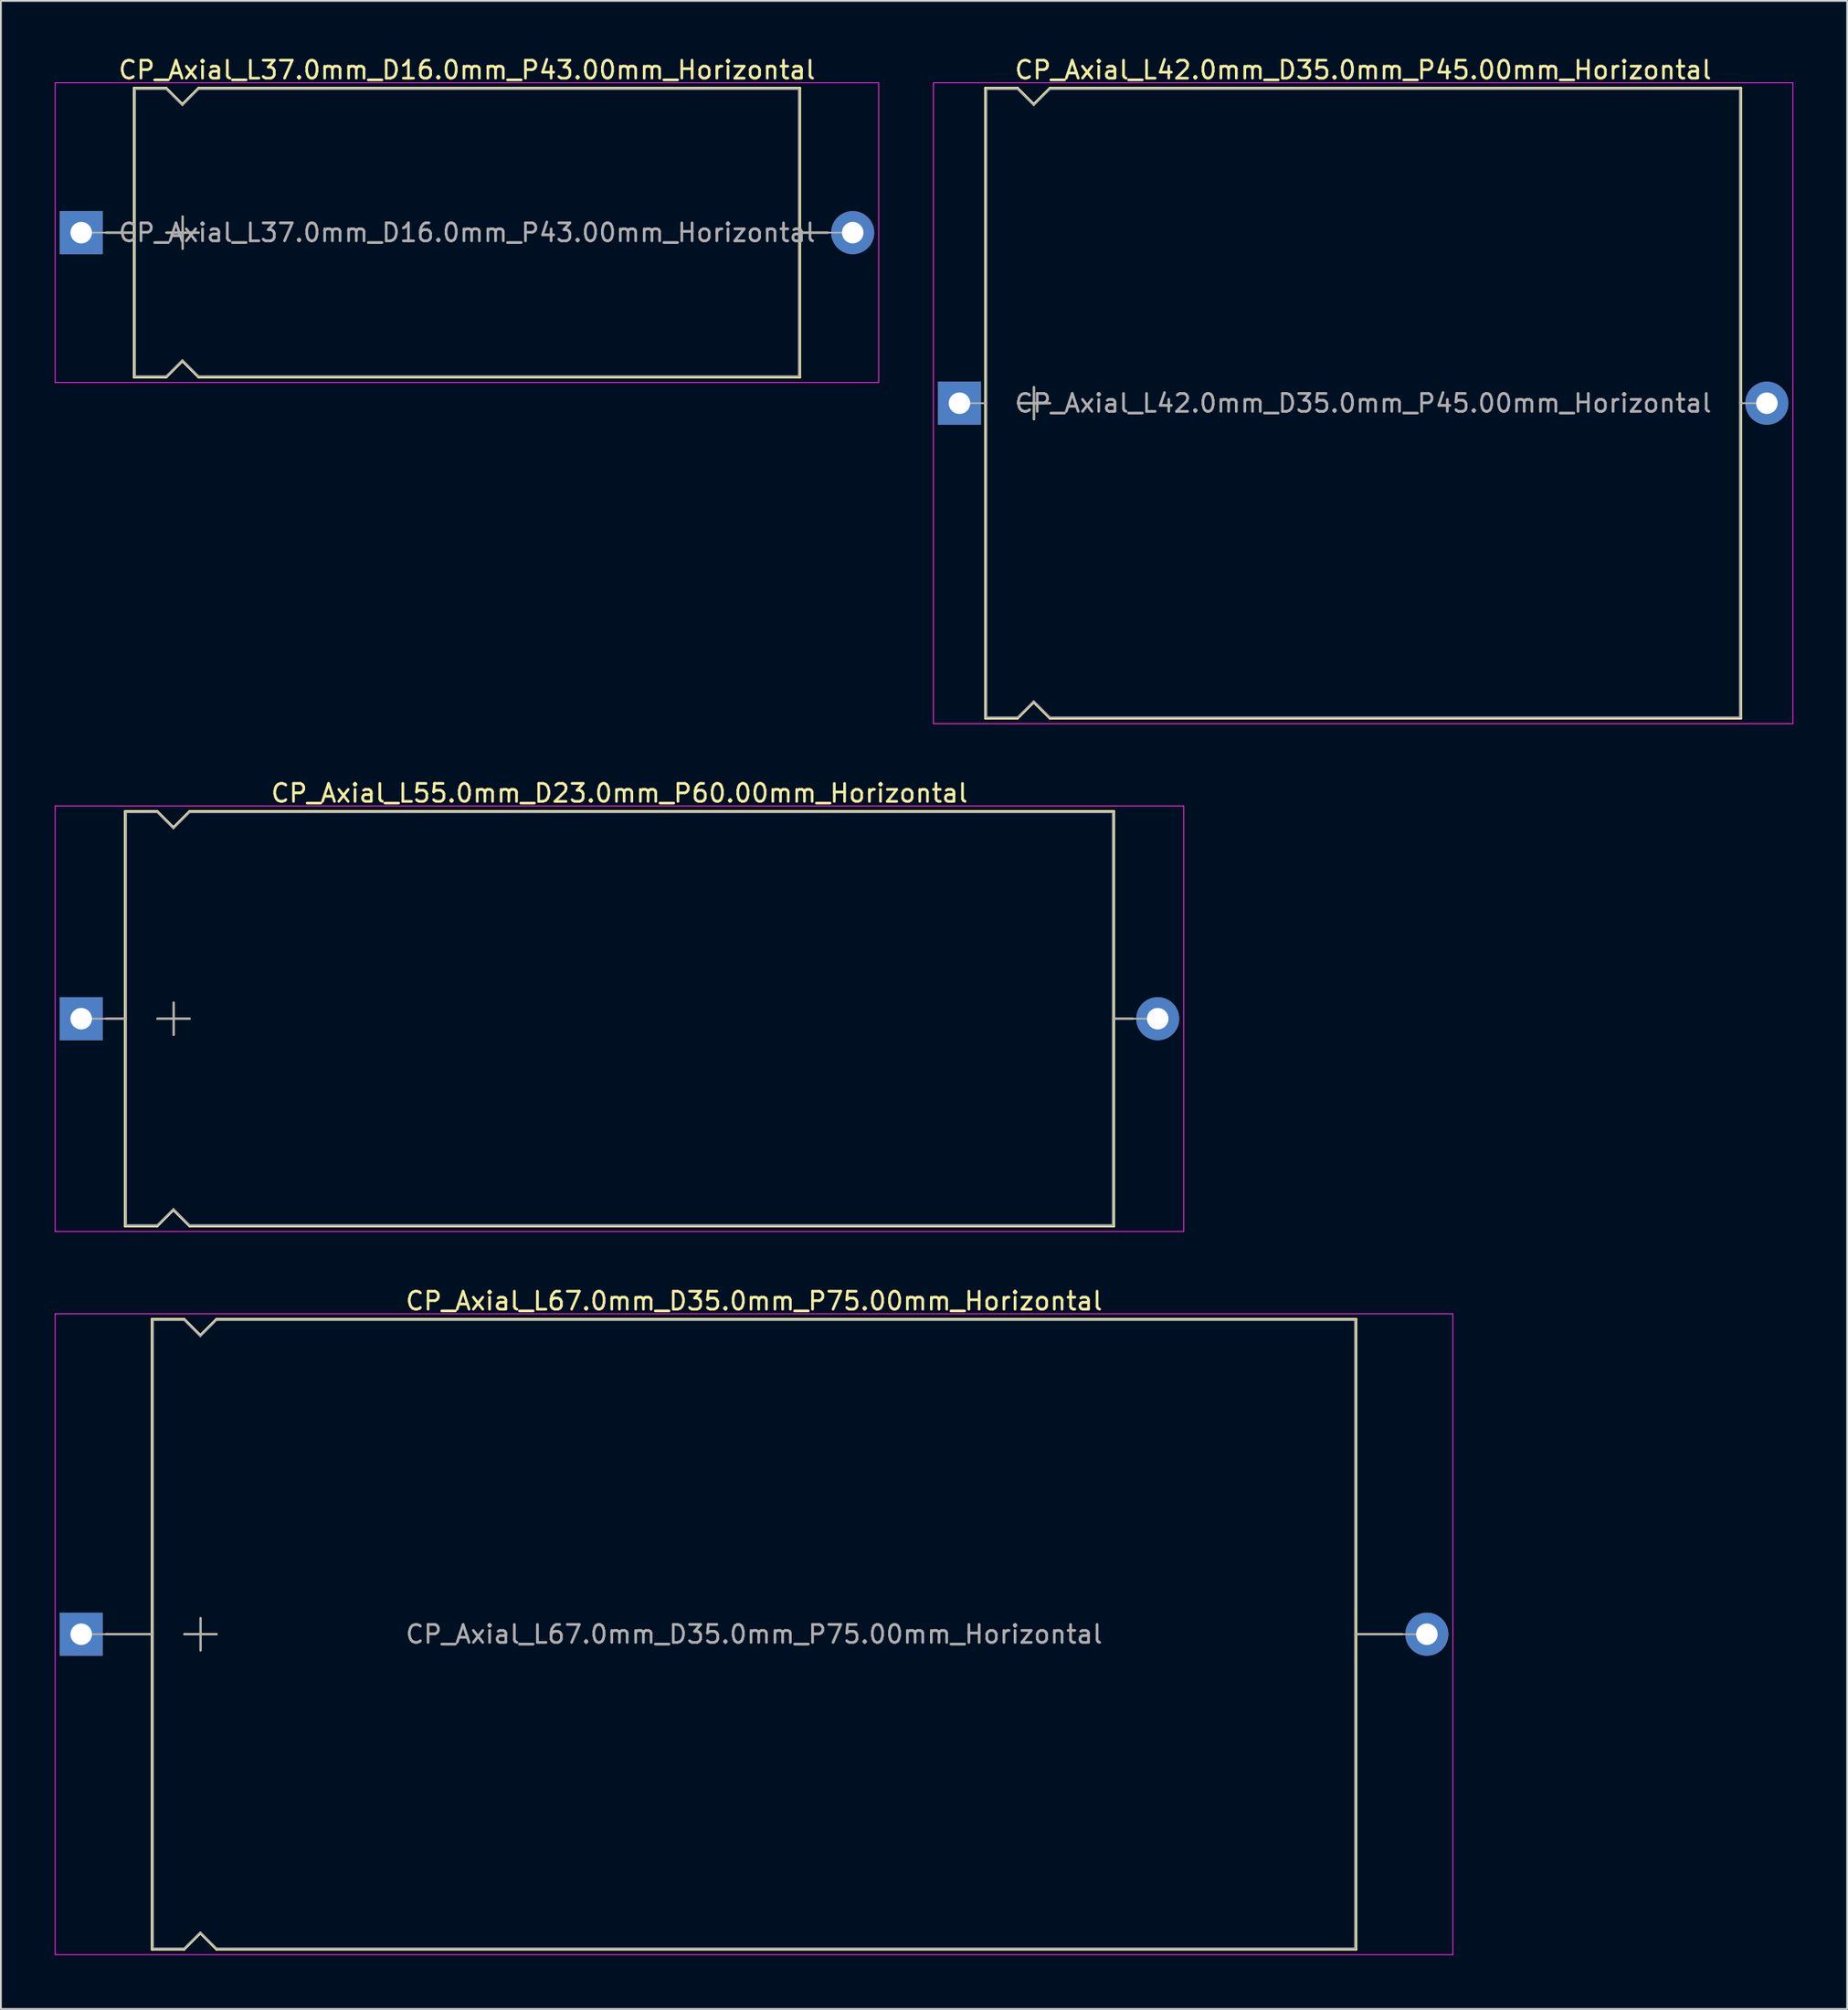
<source format=kicad_pcb>
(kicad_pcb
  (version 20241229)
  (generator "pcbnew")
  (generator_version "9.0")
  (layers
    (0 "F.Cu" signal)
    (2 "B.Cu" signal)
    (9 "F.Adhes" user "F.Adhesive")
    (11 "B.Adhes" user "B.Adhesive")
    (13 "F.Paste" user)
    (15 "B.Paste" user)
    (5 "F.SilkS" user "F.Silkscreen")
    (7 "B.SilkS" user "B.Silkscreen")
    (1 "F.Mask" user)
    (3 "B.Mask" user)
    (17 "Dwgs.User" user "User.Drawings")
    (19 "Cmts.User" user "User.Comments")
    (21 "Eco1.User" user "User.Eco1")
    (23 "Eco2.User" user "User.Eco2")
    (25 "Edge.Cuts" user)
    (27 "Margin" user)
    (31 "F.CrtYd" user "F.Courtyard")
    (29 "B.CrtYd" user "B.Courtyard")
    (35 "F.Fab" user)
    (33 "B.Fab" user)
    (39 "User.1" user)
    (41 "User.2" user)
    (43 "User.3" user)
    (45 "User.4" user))
  (footprint "CP_Axial_L42.0mm_D35.0mm_P45.00mm_Horizontal"
    (layer "F.Cu")
    (at 50.425 19.408)
    (property "Reference" "CP_Axial_L42.0mm_D35.0mm_P45.00mm_Horizontal" (at 22.5 -18.56 0) (layer "F.SilkS") (effects (font (size 1 1) (thickness 0.15))))
    (attr through_hole)
    (fp_line (start 1.38 0) (end 1.44 0) (stroke (width 0.12) (type solid)) (layer "F.SilkS"))
    (fp_line (start 1.44 -17.56) (end 1.44 17.56) (stroke (width 0.12) (type solid)) (layer "F.SilkS"))
    (fp_line (start 1.44 -17.56) (end 3.24 -17.56) (stroke (width 0.12) (type solid)) (layer "F.SilkS"))
    (fp_line (start 1.44 17.56) (end 3.24 17.56) (stroke (width 0.12) (type solid)) (layer "F.SilkS"))
    (fp_line (start 3.24 -17.56) (end 4.14 -16.66) (stroke (width 0.12) (type solid)) (layer "F.SilkS"))
    (fp_line (start 3.24 17.56) (end 4.14 16.66) (stroke (width 0.12) (type solid)) (layer "F.SilkS"))
    (fp_line (start 3.25 0) (end 5.05 0) (stroke (width 0.12) (type solid)) (layer "F.SilkS"))
    (fp_line (start 4.14 -16.66) (end 5.04 -17.56) (stroke (width 0.12) (type solid)) (layer "F.SilkS"))
    (fp_line (start 4.14 16.66) (end 5.04 17.56) (stroke (width 0.12) (type solid)) (layer "F.SilkS"))
    (fp_line (start 4.15 -0.9) (end 4.15 0.9) (stroke (width 0.12) (type solid)) (layer "F.SilkS"))
    (fp_line (start 5.04 -17.56) (end 43.56 -17.56) (stroke (width 0.12) (type solid)) (layer "F.SilkS"))
    (fp_line (start 5.04 17.56) (end 43.56 17.56) (stroke (width 0.12) (type solid)) (layer "F.SilkS"))
    (fp_line (start 43.56 -17.56) (end 43.56 17.56) (stroke (width 0.12) (type solid)) (layer "F.SilkS"))
    (fp_line (start 43.62 0) (end 43.56 0) (stroke (width 0.12) (type solid)) (layer "F.SilkS"))
    (fp_line (start -1.45 -17.85) (end -1.45 17.85) (stroke (width 0.05) (type solid)) (layer "F.CrtYd"))
    (fp_line (start -1.45 17.85) (end 46.45 17.85) (stroke (width 0.05) (type solid)) (layer "F.CrtYd"))
    (fp_line (start 46.45 -17.85) (end -1.45 -17.85) (stroke (width 0.05) (type solid)) (layer "F.CrtYd"))
    (fp_line (start 46.45 17.85) (end 46.45 -17.85) (stroke (width 0.05) (type solid)) (layer "F.CrtYd"))
    (fp_line (start 0 0) (end 1.5 0) (stroke (width 0.1) (type solid)) (layer "F.Fab"))
    (fp_line (start 1.5 -17.5) (end 1.5 17.5) (stroke (width 0.1) (type solid)) (layer "F.Fab"))
    (fp_line (start 1.5 -17.5) (end 3.24 -17.5) (stroke (width 0.1) (type solid)) (layer "F.Fab"))
    (fp_line (start 1.5 17.5) (end 3.24 17.5) (stroke (width 0.1) (type solid)) (layer "F.Fab"))
    (fp_line (start 3.24 -17.5) (end 4.14 -16.6) (stroke (width 0.1) (type solid)) (layer "F.Fab"))
    (fp_line (start 3.24 17.5) (end 4.14 16.6) (stroke (width 0.1) (type solid)) (layer "F.Fab"))
    (fp_line (start 3.25 0) (end 5.05 0) (stroke (width 0.1) (type solid)) (layer "F.Fab"))
    (fp_line (start 4.14 -16.6) (end 5.04 -17.5) (stroke (width 0.1) (type solid)) (layer "F.Fab"))
    (fp_line (start 4.14 16.6) (end 5.04 17.5) (stroke (width 0.1) (type solid)) (layer "F.Fab"))
    (fp_line (start 4.15 -0.9) (end 4.15 0.9) (stroke (width 0.1) (type solid)) (layer "F.Fab"))
    (fp_line (start 5.04 -17.5) (end 43.5 -17.5) (stroke (width 0.1) (type solid)) (layer "F.Fab"))
    (fp_line (start 5.04 17.5) (end 43.5 17.5) (stroke (width 0.1) (type solid)) (layer "F.Fab"))
    (fp_line (start 43.5 -17.5) (end 43.5 17.5) (stroke (width 0.1) (type solid)) (layer "F.Fab"))
    (fp_line (start 45 0) (end 43.5 0) (stroke (width 0.1) (type solid)) (layer "F.Fab"))
    (fp_text user "${REFERENCE}" (at 22.5 0 0) (layer "F.Fab") (effects (font (size 1 1) (thickness 0.15))))
    (pad "1" thru_hole rect (at 0 0) (size 2.4 2.4) (drill 1.2) (layers "*.Cu" "*.Mask"))
    (pad "2" thru_hole oval (at 45 0) (size 2.4 2.4) (drill 1.2) (layers "*.Cu" "*.Mask")))
  (footprint "CP_Axial_L67.0mm_D35.0mm_P75.00mm_Horizontal"
    (layer "F.Cu")
    (at 1.475 87.975)
    (property "Reference" "CP_Axial_L67.0mm_D35.0mm_P75.00mm_Horizontal" (at 37.5 -18.56 0) (layer "F.SilkS") (effects (font (size 1 1) (thickness 0.15))))
    (attr through_hole)
    (fp_line (start 1.38 0) (end 3.94 0) (stroke (width 0.12) (type solid)) (layer "F.SilkS"))
    (fp_line (start 3.94 -17.56) (end 3.94 17.56) (stroke (width 0.12) (type solid)) (layer "F.SilkS"))
    (fp_line (start 3.94 -17.56) (end 5.74 -17.56) (stroke (width 0.12) (type solid)) (layer "F.SilkS"))
    (fp_line (start 3.94 17.56) (end 5.74 17.56) (stroke (width 0.12) (type solid)) (layer "F.SilkS"))
    (fp_line (start 5.74 -17.56) (end 6.64 -16.66) (stroke (width 0.12) (type solid)) (layer "F.SilkS"))
    (fp_line (start 5.74 17.56) (end 6.64 16.66) (stroke (width 0.12) (type solid)) (layer "F.SilkS"))
    (fp_line (start 5.75 0) (end 7.55 0) (stroke (width 0.12) (type solid)) (layer "F.SilkS"))
    (fp_line (start 6.64 -16.66) (end 7.54 -17.56) (stroke (width 0.12) (type solid)) (layer "F.SilkS"))
    (fp_line (start 6.64 16.66) (end 7.54 17.56) (stroke (width 0.12) (type solid)) (layer "F.SilkS"))
    (fp_line (start 6.65 -0.9) (end 6.65 0.9) (stroke (width 0.12) (type solid)) (layer "F.SilkS"))
    (fp_line (start 7.54 -17.56) (end 71.06 -17.56) (stroke (width 0.12) (type solid)) (layer "F.SilkS"))
    (fp_line (start 7.54 17.56) (end 71.06 17.56) (stroke (width 0.12) (type solid)) (layer "F.SilkS"))
    (fp_line (start 71.06 -17.56) (end 71.06 17.56) (stroke (width 0.12) (type solid)) (layer "F.SilkS"))
    (fp_line (start 73.62 0) (end 71.06 0) (stroke (width 0.12) (type solid)) (layer "F.SilkS"))
    (fp_line (start -1.45 -17.85) (end -1.45 17.85) (stroke (width 0.05) (type solid)) (layer "F.CrtYd"))
    (fp_line (start -1.45 17.85) (end 76.45 17.85) (stroke (width 0.05) (type solid)) (layer "F.CrtYd"))
    (fp_line (start 76.45 -17.85) (end -1.45 -17.85) (stroke (width 0.05) (type solid)) (layer "F.CrtYd"))
    (fp_line (start 76.45 17.85) (end 76.45 -17.85) (stroke (width 0.05) (type solid)) (layer "F.CrtYd"))
    (fp_line (start 0 0) (end 4 0) (stroke (width 0.1) (type solid)) (layer "F.Fab"))
    (fp_line (start 4 -17.5) (end 4 17.5) (stroke (width 0.1) (type solid)) (layer "F.Fab"))
    (fp_line (start 4 -17.5) (end 5.74 -17.5) (stroke (width 0.1) (type solid)) (layer "F.Fab"))
    (fp_line (start 4 17.5) (end 5.74 17.5) (stroke (width 0.1) (type solid)) (layer "F.Fab"))
    (fp_line (start 5.74 -17.5) (end 6.64 -16.6) (stroke (width 0.1) (type solid)) (layer "F.Fab"))
    (fp_line (start 5.74 17.5) (end 6.64 16.6) (stroke (width 0.1) (type solid)) (layer "F.Fab"))
    (fp_line (start 5.75 0) (end 7.55 0) (stroke (width 0.1) (type solid)) (layer "F.Fab"))
    (fp_line (start 6.64 -16.6) (end 7.54 -17.5) (stroke (width 0.1) (type solid)) (layer "F.Fab"))
    (fp_line (start 6.64 16.6) (end 7.54 17.5) (stroke (width 0.1) (type solid)) (layer "F.Fab"))
    (fp_line (start 6.65 -0.9) (end 6.65 0.9) (stroke (width 0.1) (type solid)) (layer "F.Fab"))
    (fp_line (start 7.54 -17.5) (end 71 -17.5) (stroke (width 0.1) (type solid)) (layer "F.Fab"))
    (fp_line (start 7.54 17.5) (end 71 17.5) (stroke (width 0.1) (type solid)) (layer "F.Fab"))
    (fp_line (start 71 -17.5) (end 71 17.5) (stroke (width 0.1) (type solid)) (layer "F.Fab"))
    (fp_line (start 75 0) (end 71 0) (stroke (width 0.1) (type solid)) (layer "F.Fab"))
    (fp_text user "${REFERENCE}" (at 37.5 0 0) (layer "F.Fab") (effects (font (size 1 1) (thickness 0.15))))
    (pad "1" thru_hole rect (at 0 0) (size 2.4 2.4) (drill 1.2) (layers "*.Cu" "*.Mask"))
    (pad "2" thru_hole oval (at 75 0) (size 2.4 2.4) (drill 1.2) (layers "*.Cu" "*.Mask")))
  (footprint "CP_Axial_L37.0mm_D16.0mm_P43.00mm_Horizontal"
    (layer "F.Cu")
    (at 1.475 9.908)
    (property "Reference" "CP_Axial_L37.0mm_D16.0mm_P43.00mm_Horizontal" (at 21.5 -9.06 0) (layer "F.SilkS") (effects (font (size 1 1) (thickness 0.15))))
    (attr through_hole)
    (fp_line (start 1.38 0) (end 2.94 0) (stroke (width 0.12) (type solid)) (layer "F.SilkS"))
    (fp_line (start 2.94 -8.06) (end 2.94 8.06) (stroke (width 0.12) (type solid)) (layer "F.SilkS"))
    (fp_line (start 2.94 -8.06) (end 4.74 -8.06) (stroke (width 0.12) (type solid)) (layer "F.SilkS"))
    (fp_line (start 2.94 8.06) (end 4.74 8.06) (stroke (width 0.12) (type solid)) (layer "F.SilkS"))
    (fp_line (start 4.74 -8.06) (end 5.64 -7.16) (stroke (width 0.12) (type solid)) (layer "F.SilkS"))
    (fp_line (start 4.74 8.06) (end 5.64 7.16) (stroke (width 0.12) (type solid)) (layer "F.SilkS"))
    (fp_line (start 4.75 0) (end 6.55 0) (stroke (width 0.12) (type solid)) (layer "F.SilkS"))
    (fp_line (start 5.64 -7.16) (end 6.54 -8.06) (stroke (width 0.12) (type solid)) (layer "F.SilkS"))
    (fp_line (start 5.64 7.16) (end 6.54 8.06) (stroke (width 0.12) (type solid)) (layer "F.SilkS"))
    (fp_line (start 5.65 -0.9) (end 5.65 0.9) (stroke (width 0.12) (type solid)) (layer "F.SilkS"))
    (fp_line (start 6.54 -8.06) (end 40.06 -8.06) (stroke (width 0.12) (type solid)) (layer "F.SilkS"))
    (fp_line (start 6.54 8.06) (end 40.06 8.06) (stroke (width 0.12) (type solid)) (layer "F.SilkS"))
    (fp_line (start 40.06 -8.06) (end 40.06 8.06) (stroke (width 0.12) (type solid)) (layer "F.SilkS"))
    (fp_line (start 41.62 0) (end 40.06 0) (stroke (width 0.12) (type solid)) (layer "F.SilkS"))
    (fp_line (start -1.45 -8.35) (end -1.45 8.35) (stroke (width 0.05) (type solid)) (layer "F.CrtYd"))
    (fp_line (start -1.45 8.35) (end 44.45 8.35) (stroke (width 0.05) (type solid)) (layer "F.CrtYd"))
    (fp_line (start 44.45 -8.35) (end -1.45 -8.35) (stroke (width 0.05) (type solid)) (layer "F.CrtYd"))
    (fp_line (start 44.45 8.35) (end 44.45 -8.35) (stroke (width 0.05) (type solid)) (layer "F.CrtYd"))
    (fp_line (start 0 0) (end 3 0) (stroke (width 0.1) (type solid)) (layer "F.Fab"))
    (fp_line (start 3 -8) (end 3 8) (stroke (width 0.1) (type solid)) (layer "F.Fab"))
    (fp_line (start 3 -8) (end 4.74 -8) (stroke (width 0.1) (type solid)) (layer "F.Fab"))
    (fp_line (start 3 8) (end 4.74 8) (stroke (width 0.1) (type solid)) (layer "F.Fab"))
    (fp_line (start 4.74 -8) (end 5.64 -7.1) (stroke (width 0.1) (type solid)) (layer "F.Fab"))
    (fp_line (start 4.74 8) (end 5.64 7.1) (stroke (width 0.1) (type solid)) (layer "F.Fab"))
    (fp_line (start 4.75 0) (end 6.55 0) (stroke (width 0.1) (type solid)) (layer "F.Fab"))
    (fp_line (start 5.64 -7.1) (end 6.54 -8) (stroke (width 0.1) (type solid)) (layer "F.Fab"))
    (fp_line (start 5.64 7.1) (end 6.54 8) (stroke (width 0.1) (type solid)) (layer "F.Fab"))
    (fp_line (start 5.65 -0.9) (end 5.65 0.9) (stroke (width 0.1) (type solid)) (layer "F.Fab"))
    (fp_line (start 6.54 -8) (end 40 -8) (stroke (width 0.1) (type solid)) (layer "F.Fab"))
    (fp_line (start 6.54 8) (end 40 8) (stroke (width 0.1) (type solid)) (layer "F.Fab"))
    (fp_line (start 40 -8) (end 40 8) (stroke (width 0.1) (type solid)) (layer "F.Fab"))
    (fp_line (start 43 0) (end 40 0) (stroke (width 0.1) (type solid)) (layer "F.Fab"))
    (fp_text user "${REFERENCE}" (at 21.5 0 0) (layer "F.Fab") (effects (font (size 1 1) (thickness 0.15))))
    (pad "1" thru_hole rect (at 0 0) (size 2.4 2.4) (drill 1.2) (layers "*.Cu" "*.Mask"))
    (pad "2" thru_hole oval (at 43 0) (size 2.4 2.4) (drill 1.2) (layers "*.Cu" "*.Mask")))
  (footprint "CP_Axial_L55.0mm_D23.0mm_P60.00mm_Horizontal"
    (layer "F.Cu")
    (at 1.475 53.691)
    (property "Reference" "CP_Axial_L55.0mm_D23.0mm_P60.00mm_Horizontal" (at 30 -12.56 0) (layer "F.SilkS") (effects (font (size 1 1) (thickness 0.15))))
    (attr through_hole)
    (fp_line (start 1.38 0) (end 2.44 0) (stroke (width 0.12) (type solid)) (layer "F.SilkS"))
    (fp_line (start 2.44 -11.56) (end 2.44 11.56) (stroke (width 0.12) (type solid)) (layer "F.SilkS"))
    (fp_line (start 2.44 -11.56) (end 4.24 -11.56) (stroke (width 0.12) (type solid)) (layer "F.SilkS"))
    (fp_line (start 2.44 11.56) (end 4.24 11.56) (stroke (width 0.12) (type solid)) (layer "F.SilkS"))
    (fp_line (start 4.24 -11.56) (end 5.14 -10.66) (stroke (width 0.12) (type solid)) (layer "F.SilkS"))
    (fp_line (start 4.24 11.56) (end 5.14 10.66) (stroke (width 0.12) (type solid)) (layer "F.SilkS"))
    (fp_line (start 4.25 0) (end 6.05 0) (stroke (width 0.12) (type solid)) (layer "F.SilkS"))
    (fp_line (start 5.14 -10.66) (end 6.04 -11.56) (stroke (width 0.12) (type solid)) (layer "F.SilkS"))
    (fp_line (start 5.14 10.66) (end 6.04 11.56) (stroke (width 0.12) (type solid)) (layer "F.SilkS"))
    (fp_line (start 5.15 -0.9) (end 5.15 0.9) (stroke (width 0.12) (type solid)) (layer "F.SilkS"))
    (fp_line (start 6.04 -11.56) (end 57.56 -11.56) (stroke (width 0.12) (type solid)) (layer "F.SilkS"))
    (fp_line (start 6.04 11.56) (end 57.56 11.56) (stroke (width 0.12) (type solid)) (layer "F.SilkS"))
    (fp_line (start 57.56 -11.56) (end 57.56 11.56) (stroke (width 0.12) (type solid)) (layer "F.SilkS"))
    (fp_line (start 58.62 0) (end 57.56 0) (stroke (width 0.12) (type solid)) (layer "F.SilkS"))
    (fp_line (start -1.45 -11.85) (end -1.45 11.85) (stroke (width 0.05) (type solid)) (layer "F.CrtYd"))
    (fp_line (start -1.45 11.85) (end 61.45 11.85) (stroke (width 0.05) (type solid)) (layer "F.CrtYd"))
    (fp_line (start 61.45 -11.85) (end -1.45 -11.85) (stroke (width 0.05) (type solid)) (layer "F.CrtYd"))
    (fp_line (start 61.45 11.85) (end 61.45 -11.85) (stroke (width 0.05) (type solid)) (layer "F.CrtYd"))
    (fp_line (start 0 0) (end 2.5 0) (stroke (width 0.1) (type solid)) (layer "F.Fab"))
    (fp_line (start 2.5 -11.5) (end 2.5 11.5) (stroke (width 0.1) (type solid)) (layer "F.Fab"))
    (fp_line (start 2.5 -11.5) (end 4.24 -11.5) (stroke (width 0.1) (type solid)) (layer "F.Fab"))
    (fp_line (start 2.5 11.5) (end 4.24 11.5) (stroke (width 0.1) (type solid)) (layer "F.Fab"))
    (fp_line (start 4.24 -11.5) (end 5.14 -10.6) (stroke (width 0.1) (type solid)) (layer "F.Fab"))
    (fp_line (start 4.24 11.5) (end 5.14 10.6) (stroke (width 0.1) (type solid)) (layer "F.Fab"))
    (fp_line (start 4.25 0) (end 6.05 0) (stroke (width 0.1) (type solid)) (layer "F.Fab"))
    (fp_line (start 5.14 -10.6) (end 6.04 -11.5) (stroke (width 0.1) (type solid)) (layer "F.Fab"))
    (fp_line (start 5.14 10.6) (end 6.04 11.5) (stroke (width 0.1) (type solid)) (layer "F.Fab"))
    (fp_line (start 5.15 -0.9) (end 5.15 0.9) (stroke (width 0.1) (type solid)) (layer "F.Fab"))
    (fp_line (start 6.04 -11.5) (end 57.5 -11.5) (stroke (width 0.1) (type solid)) (layer "F.Fab"))
    (fp_line (start 6.04 11.5) (end 57.5 11.5) (stroke (width 0.1) (type solid)) (layer "F.Fab"))
    (fp_line (start 57.5 -11.5) (end 57.5 11.5) (stroke (width 0.1) (type solid)) (layer "F.Fab"))
    (fp_line (start 60 0) (end 57.5 0) (stroke (width 0.1) (type solid)) (layer "F.Fab"))
    (pad "1" thru_hole rect (at 0 0) (size 2.4 2.4) (drill 1.2) (layers "*.Cu" "*.Mask"))
    (pad "2" thru_hole oval (at 60 0) (size 2.4 2.4) (drill 1.2) (layers "*.Cu" "*.Mask")))
  (gr_rect
    (start -3 -3)
    (end 99.9 108.85)
    (stroke (width 0.1) (type default))
    (fill no)
    (layer "Edge.Cuts")))
</source>
